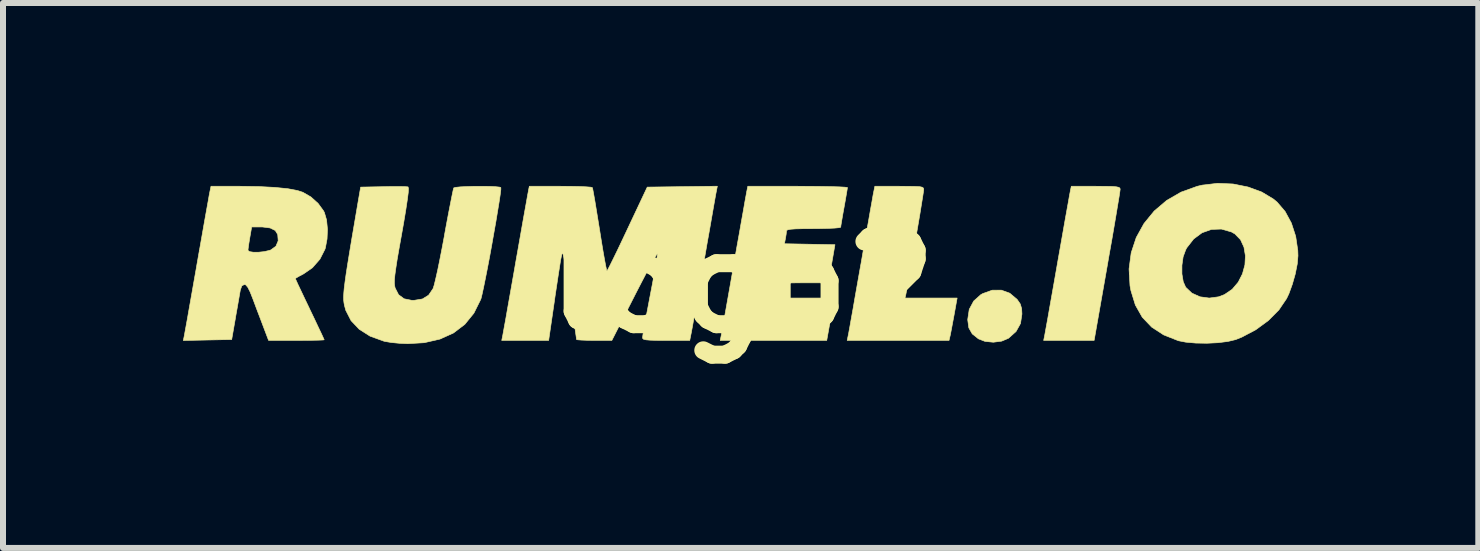
<source format=kicad_pcb>
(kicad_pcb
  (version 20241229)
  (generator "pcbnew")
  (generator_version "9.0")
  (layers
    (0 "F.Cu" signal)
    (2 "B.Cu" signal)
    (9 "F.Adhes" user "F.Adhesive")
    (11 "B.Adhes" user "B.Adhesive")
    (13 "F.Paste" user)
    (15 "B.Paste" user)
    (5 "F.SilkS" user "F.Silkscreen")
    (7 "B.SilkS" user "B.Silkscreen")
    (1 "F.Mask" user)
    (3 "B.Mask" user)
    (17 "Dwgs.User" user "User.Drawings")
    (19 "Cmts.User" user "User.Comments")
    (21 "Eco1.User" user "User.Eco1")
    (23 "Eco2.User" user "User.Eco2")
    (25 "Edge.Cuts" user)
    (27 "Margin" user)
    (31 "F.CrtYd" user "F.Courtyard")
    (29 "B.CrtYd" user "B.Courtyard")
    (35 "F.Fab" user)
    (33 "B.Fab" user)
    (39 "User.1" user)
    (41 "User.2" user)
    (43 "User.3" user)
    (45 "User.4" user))
  (footprint "logo2"
    (layer "F.Cu")
    (at 9.323 1.663)
    (property "Reference" "logo2" (at 0 0 0) (layer "F.SilkS") (effects (font (size 1.524 1.524) (thickness 0.3))))
    (attr through_hole)
    (fp_poly (pts (xy 4.454 0.173) (xy 4.576 0.276) (xy 4.58 0.281) (xy 4.629 0.352) (xy 4.652 0.429) (xy 4.657 0.52) (xy 4.633 0.678) (xy 4.559 0.811) (xy 4.434 0.923) (xy 4.433 0.924) (xy 4.319 0.972) (xy 4.18 0.99) (xy 4.042 0.976) (xy 3.933 0.934) (xy 3.829 0.851) (xy 3.772 0.751) (xy 3.754 0.62) (xy 3.754 0.608) (xy 3.779 0.442) (xy 3.853 0.304) (xy 3.971 0.198) (xy 4.005 0.179) (xy 4.162 0.123) (xy 4.314 0.122) (xy 4.454 0.173)) (stroke (width 0.01) (type solid)) (fill yes) (layer "F.SilkS"))
    (fp_poly (pts (xy 6.046 -1.608) (xy 6.158 -1.606) (xy 6.23 -1.6) (xy 6.272 -1.591) (xy 6.29 -1.577) (xy 6.294 -1.559) (xy 6.289 -1.522) (xy 6.276 -1.435) (xy 6.254 -1.304) (xy 6.226 -1.135) (xy 6.192 -0.934) (xy 6.153 -0.707) (xy 6.109 -0.46) (xy 6.077 -0.275) (xy 5.86 0.96) (xy 5.019 0.96) (xy 5.035 0.882) (xy 5.043 0.838) (xy 5.06 0.744) (xy 5.085 0.608) (xy 5.115 0.436) (xy 5.151 0.233) (xy 5.191 0.007) (xy 5.234 -0.237) (xy 5.249 -0.325) (xy 5.293 -0.573) (xy 5.334 -0.806) (xy 5.371 -1.017) (xy 5.404 -1.201) (xy 5.431 -1.351) (xy 5.45 -1.46) (xy 5.462 -1.522) (xy 5.463 -1.531) (xy 5.48 -1.609) (xy 5.887 -1.609) (xy 6.046 -1.608)) (stroke (width 0.01) (type solid)) (fill yes) (layer "F.SilkS"))
    (fp_poly (pts (xy 2.772 -1.608) (xy 2.883 -1.606) (xy 2.955 -1.602) (xy 2.996 -1.593) (xy 3.015 -1.579) (xy 3.02 -1.559) (xy 3.02 -1.552) (xy 3.015 -1.513) (xy 3.002 -1.428) (xy 2.982 -1.304) (xy 2.957 -1.149) (xy 2.927 -0.973) (xy 2.895 -0.784) (xy 2.862 -0.59) (xy 2.829 -0.4) (xy 2.798 -0.221) (xy 2.77 -0.064) (xy 2.747 0.065) (xy 2.73 0.155) (xy 2.723 0.191) (xy 2.708 0.254) (xy 3.577 0.254) (xy 3.525 0.543) (xy 3.501 0.671) (xy 3.48 0.784) (xy 3.464 0.866) (xy 3.457 0.896) (xy 3.442 0.96) (xy 1.745 0.96) (xy 1.761 0.882) (xy 1.77 0.838) (xy 1.787 0.744) (xy 1.811 0.608) (xy 1.842 0.436) (xy 1.877 0.233) (xy 1.917 0.007) (xy 1.96 -0.237) (xy 1.976 -0.325) (xy 2.019 -0.573) (xy 2.06 -0.806) (xy 2.098 -1.017) (xy 2.13 -1.201) (xy 2.157 -1.351) (xy 2.176 -1.46) (xy 2.188 -1.522) (xy 2.19 -1.531) (xy 2.206 -1.609) (xy 2.613 -1.609) (xy 2.772 -1.608)) (stroke (width 0.01) (type solid)) (fill yes) (layer "F.SilkS"))
    (fp_poly (pts (xy 1.129 -1.608) (xy 1.32 -1.606) (xy 1.484 -1.603) (xy 1.614 -1.599) (xy 1.704 -1.594) (xy 1.747 -1.589) (xy 1.749 -1.587) (xy 1.744 -1.553) (xy 1.731 -1.475) (xy 1.712 -1.365) (xy 1.693 -1.258) (xy 1.67 -1.132) (xy 1.652 -1.026) (xy 1.64 -0.953) (xy 1.637 -0.927) (xy 1.61 -0.919) (xy 1.537 -0.912) (xy 1.425 -0.907) (xy 1.286 -0.904) (xy 1.185 -0.903) (xy 1.011 -0.902) (xy 0.886 -0.899) (xy 0.803 -0.893) (xy 0.755 -0.884) (xy 0.735 -0.871) (xy 0.734 -0.864) (xy 0.728 -0.81) (xy 0.716 -0.738) (xy 0.699 -0.651) (xy 1.541 -0.635) (xy 1.431 0) (xy 1.011 0) (xy 0.836 0.001) (xy 0.711 0.006) (xy 0.631 0.014) (xy 0.589 0.026) (xy 0.58 0.035) (xy 0.568 0.087) (xy 0.554 0.161) (xy 0.553 0.162) (xy 0.538 0.254) (xy 1.53 0.254) (xy 1.514 0.346) (xy 1.502 0.415) (xy 1.483 0.521) (xy 1.46 0.645) (xy 1.451 0.699) (xy 1.404 0.96) (xy -0.371 0.96) (xy -0.355 0.882) (xy -0.347 0.838) (xy -0.33 0.744) (xy -0.306 0.608) (xy -0.275 0.436) (xy -0.239 0.233) (xy -0.199 0.007) (xy -0.156 -0.237) (xy -0.141 -0.325) (xy -0.098 -0.573) (xy -0.056 -0.806) (xy -0.019 -1.017) (xy 0.014 -1.201) (xy 0.04 -1.351) (xy 0.06 -1.46) (xy 0.071 -1.522) (xy 0.073 -1.531) (xy 0.089 -1.609) (xy 0.919 -1.609) (xy 1.129 -1.608)) (stroke (width 0.01) (type solid)) (fill yes) (layer "F.SilkS"))
    (fp_poly (pts (xy 8.175 -1.647) (xy 8.424 -1.597) (xy 8.653 -1.513) (xy 8.849 -1.395) (xy 8.91 -1.344) (xy 9.042 -1.19) (xy 9.147 -0.996) (xy 9.219 -0.775) (xy 9.254 -0.538) (xy 9.257 -0.451) (xy 9.245 -0.314) (xy 9.212 -0.148) (xy 9.163 0.024) (xy 9.106 0.181) (xy 9.067 0.263) (xy 8.938 0.453) (xy 8.763 0.629) (xy 8.554 0.782) (xy 8.321 0.905) (xy 8.219 0.946) (xy 8.09 0.977) (xy 7.924 0.998) (xy 7.739 1.007) (xy 7.554 1.004) (xy 7.387 0.989) (xy 7.264 0.965) (xy 7.019 0.868) (xy 6.819 0.738) (xy 6.662 0.573) (xy 6.547 0.37) (xy 6.473 0.129) (xy 6.458 0.048) (xy 6.442 -0.231) (xy 6.45 -0.292) (xy 7.323 -0.292) (xy 7.323 -0.148) (xy 7.345 -0.018) (xy 7.386 0.074) (xy 7.489 0.172) (xy 7.624 0.233) (xy 7.777 0.254) (xy 7.935 0.233) (xy 8.032 0.196) (xy 8.161 0.108) (xy 8.261 -0.01) (xy 8.332 -0.149) (xy 8.373 -0.299) (xy 8.381 -0.451) (xy 8.357 -0.594) (xy 8.3 -0.718) (xy 8.207 -0.814) (xy 8.148 -0.848) (xy 7.98 -0.896) (xy 7.815 -0.89) (xy 7.658 -0.834) (xy 7.519 -0.731) (xy 7.404 -0.584) (xy 7.386 -0.55) (xy 7.343 -0.433) (xy 7.323 -0.292) (xy 6.45 -0.292) (xy 6.478 -0.501) (xy 6.562 -0.755) (xy 6.691 -0.988) (xy 6.861 -1.196) (xy 7.068 -1.372) (xy 7.308 -1.511) (xy 7.577 -1.608) (xy 7.662 -1.628) (xy 7.917 -1.658) (xy 8.175 -1.647)) (stroke (width 0.01) (type solid)) (fill yes) (layer "F.SilkS"))
    (fp_poly (pts (xy -4.219 -1.607) (xy -4.117 -1.602) (xy -4.049 -1.595) (xy -4.027 -1.587) (xy -4.027 -1.553) (xy -4.037 -1.471) (xy -4.055 -1.35) (xy -4.08 -1.198) (xy -4.109 -1.022) (xy -4.143 -0.831) (xy -4.178 -0.632) (xy -4.214 -0.434) (xy -4.25 -0.245) (xy -4.284 -0.073) (xy -4.314 0.074) (xy -4.339 0.189) (xy -4.357 0.263) (xy -4.363 0.279) (xy -4.476 0.506) (xy -4.627 0.692) (xy -4.816 0.836) (xy -5.042 0.938) (xy -5.304 0.998) (xy -5.578 1.014) (xy -5.715 1.008) (xy -5.851 0.995) (xy -5.962 0.976) (xy -5.98 0.971) (xy -6.206 0.889) (xy -6.387 0.774) (xy -6.523 0.63) (xy -6.611 0.458) (xy -6.634 0.372) (xy -6.641 0.332) (xy -6.646 0.289) (xy -6.647 0.238) (xy -6.644 0.173) (xy -6.637 0.092) (xy -6.624 -0.011) (xy -6.606 -0.141) (xy -6.581 -0.302) (xy -6.549 -0.499) (xy -6.51 -0.735) (xy -6.462 -1.016) (xy -6.406 -1.346) (xy -6.38 -1.496) (xy -6.363 -1.595) (xy -5.984 -1.602) (xy -5.842 -1.605) (xy -5.719 -1.605) (xy -5.627 -1.603) (xy -5.577 -1.599) (xy -5.573 -1.598) (xy -5.566 -1.572) (xy -5.57 -1.502) (xy -5.585 -1.385) (xy -5.61 -1.219) (xy -5.646 -1.002) (xy -5.681 -0.805) (xy -5.723 -0.571) (xy -5.755 -0.386) (xy -5.777 -0.242) (xy -5.792 -0.134) (xy -5.8 -0.053) (xy -5.801 0.007) (xy -5.796 0.052) (xy -5.788 0.087) (xy -5.731 0.198) (xy -5.639 0.266) (xy -5.511 0.292) (xy -5.473 0.292) (xy -5.333 0.269) (xy -5.231 0.206) (xy -5.158 0.099) (xy -5.154 0.091) (xy -5.137 0.036) (xy -5.112 -0.067) (xy -5.08 -0.208) (xy -5.045 -0.379) (xy -5.007 -0.573) (xy -4.968 -0.78) (xy -4.968 -0.784) (xy -4.931 -0.986) (xy -4.896 -1.171) (xy -4.865 -1.33) (xy -4.84 -1.456) (xy -4.822 -1.542) (xy -4.812 -1.581) (xy -4.811 -1.582) (xy -4.779 -1.591) (xy -4.702 -1.599) (xy -4.596 -1.604) (xy -4.471 -1.608) (xy -4.341 -1.608) (xy -4.219 -1.607)) (stroke (width 0.01) (type solid)) (fill yes) (layer "F.SilkS"))
    (fp_poly (pts (xy -8.058 -1.604) (xy -7.791 -1.59) (xy -7.574 -1.568) (xy -7.41 -1.536) (xy -7.327 -1.509) (xy -7.193 -1.432) (xy -7.072 -1.323) (xy -6.982 -1.2) (xy -6.967 -1.171) (xy -6.931 -1.047) (xy -6.916 -0.892) (xy -6.923 -0.73) (xy -6.951 -0.581) (xy -6.958 -0.559) (xy -7.042 -0.394) (xy -7.167 -0.251) (xy -7.319 -0.146) (xy -7.32 -0.146) (xy -7.394 -0.107) (xy -7.441 -0.079) (xy -7.451 -0.07) (xy -7.439 -0.043) (xy -7.407 0.028) (xy -7.357 0.133) (xy -7.294 0.266) (xy -7.221 0.418) (xy -7.211 0.44) (xy -7.137 0.594) (xy -7.073 0.73) (xy -7.021 0.839) (xy -6.986 0.915) (xy -6.971 0.949) (xy -6.971 0.95) (xy -6.998 0.953) (xy -7.071 0.956) (xy -7.183 0.958) (xy -7.323 0.959) (xy -7.434 0.96) (xy -7.897 0.96) (xy -7.98 0.741) (xy -8.031 0.606) (xy -8.091 0.449) (xy -8.147 0.299) (xy -8.156 0.275) (xy -8.205 0.151) (xy -8.244 0.074) (xy -8.277 0.035) (xy -8.3 0.028) (xy -8.343 0.05) (xy -8.368 0.12) (xy -8.379 0.182) (xy -8.397 0.286) (xy -8.42 0.418) (xy -8.446 0.564) (xy -8.448 0.579) (xy -8.512 0.945) (xy -8.915 0.953) (xy -9.318 0.961) (xy -9.302 0.883) (xy -9.294 0.838) (xy -9.277 0.745) (xy -9.252 0.608) (xy -9.222 0.436) (xy -9.186 0.233) (xy -9.146 0.006) (xy -9.103 -0.237) (xy -9.088 -0.325) (xy -9.05 -0.541) (xy -8.241 -0.541) (xy -8.216 -0.52) (xy -8.152 -0.51) (xy -8.064 -0.51) (xy -7.969 -0.52) (xy -7.884 -0.54) (xy -7.86 -0.548) (xy -7.775 -0.61) (xy -7.737 -0.7) (xy -7.745 -0.805) (xy -7.786 -0.872) (xy -7.871 -0.914) (xy -8.003 -0.931) (xy -8.042 -0.931) (xy -8.179 -0.931) (xy -8.21 -0.753) (xy -8.226 -0.655) (xy -8.237 -0.577) (xy -8.241 -0.541) (xy -9.05 -0.541) (xy -9.044 -0.573) (xy -9.003 -0.806) (xy -8.966 -1.017) (xy -8.933 -1.201) (xy -8.906 -1.351) (xy -8.887 -1.46) (xy -8.875 -1.522) (xy -8.873 -1.531) (xy -8.857 -1.609) (xy -8.372 -1.609) (xy -8.058 -1.604)) (stroke (width 0.01) (type solid)) (fill yes) (layer "F.SilkS"))
    (fp_poly (pts (xy -0.434 -1.532) (xy -0.443 -1.487) (xy -0.46 -1.393) (xy -0.484 -1.257) (xy -0.514 -1.085) (xy -0.549 -0.884) (xy -0.589 -0.661) (xy -0.63 -0.422) (xy -0.635 -0.395) (xy -0.678 -0.151) (xy -0.719 0.081) (xy -0.756 0.294) (xy -0.789 0.48) (xy -0.817 0.633) (xy -0.837 0.745) (xy -0.849 0.809) (xy -0.849 0.811) (xy -0.879 0.96) (xy -1.272 0.96) (xy -1.429 0.959) (xy -1.539 0.956) (xy -1.608 0.95) (xy -1.647 0.941) (xy -1.663 0.926) (xy -1.665 0.913) (xy -1.66 0.873) (xy -1.645 0.786) (xy -1.623 0.661) (xy -1.594 0.505) (xy -1.56 0.326) (xy -1.537 0.205) (xy -1.501 0.018) (xy -1.47 -0.15) (xy -1.445 -0.293) (xy -1.427 -0.402) (xy -1.418 -0.468) (xy -1.418 -0.485) (xy -1.432 -0.468) (xy -1.469 -0.407) (xy -1.525 -0.307) (xy -1.596 -0.175) (xy -1.679 -0.016) (xy -1.772 0.164) (xy -1.802 0.223) (xy -2.177 0.96) (xy -2.471 0.96) (xy -2.593 0.958) (xy -2.69 0.954) (xy -2.751 0.949) (xy -2.766 0.944) (xy -2.77 0.907) (xy -2.782 0.825) (xy -2.799 0.706) (xy -2.821 0.559) (xy -2.846 0.395) (xy -2.873 0.223) (xy -2.9 0.052) (xy -2.925 -0.109) (xy -2.948 -0.249) (xy -2.966 -0.36) (xy -2.978 -0.431) (xy -2.982 -0.452) (xy -2.995 -0.494) (xy -3.005 -0.491) (xy -3.019 -0.437) (xy -3.021 -0.425) (xy -3.032 -0.37) (xy -3.048 -0.268) (xy -3.07 -0.128) (xy -3.095 0.038) (xy -3.123 0.223) (xy -3.136 0.316) (xy -3.23 0.96) (xy -4.012 0.96) (xy -3.996 0.882) (xy -3.988 0.838) (xy -3.971 0.744) (xy -3.946 0.608) (xy -3.916 0.436) (xy -3.88 0.233) (xy -3.84 0.007) (xy -3.797 -0.237) (xy -3.782 -0.325) (xy -3.738 -0.573) (xy -3.697 -0.806) (xy -3.66 -1.017) (xy -3.627 -1.201) (xy -3.6 -1.351) (xy -3.581 -1.46) (xy -3.569 -1.522) (xy -3.568 -1.531) (xy -3.552 -1.609) (xy -3.033 -1.609) (xy -2.868 -1.608) (xy -2.723 -1.605) (xy -2.608 -1.6) (xy -2.531 -1.594) (xy -2.502 -1.587) (xy -2.494 -1.555) (xy -2.479 -1.474) (xy -2.458 -1.354) (xy -2.433 -1.201) (xy -2.404 -1.023) (xy -2.381 -0.882) (xy -2.351 -0.693) (xy -2.323 -0.524) (xy -2.298 -0.383) (xy -2.278 -0.277) (xy -2.264 -0.213) (xy -2.259 -0.198) (xy -2.243 -0.223) (xy -2.207 -0.292) (xy -2.154 -0.399) (xy -2.086 -0.538) (xy -2.008 -0.702) (xy -1.922 -0.884) (xy -1.916 -0.897) (xy -1.587 -1.595) (xy -0.419 -1.61) (xy -0.434 -1.532)) (stroke (width 0.01) (type solid)) (fill yes) (layer "F.SilkS")))
  (gr_rect
    (start -3 -3)
    (end 21.585 6.081)
    (stroke (width 0.1) (type default))
    (fill no)
    (layer "Edge.Cuts")))
</source>
